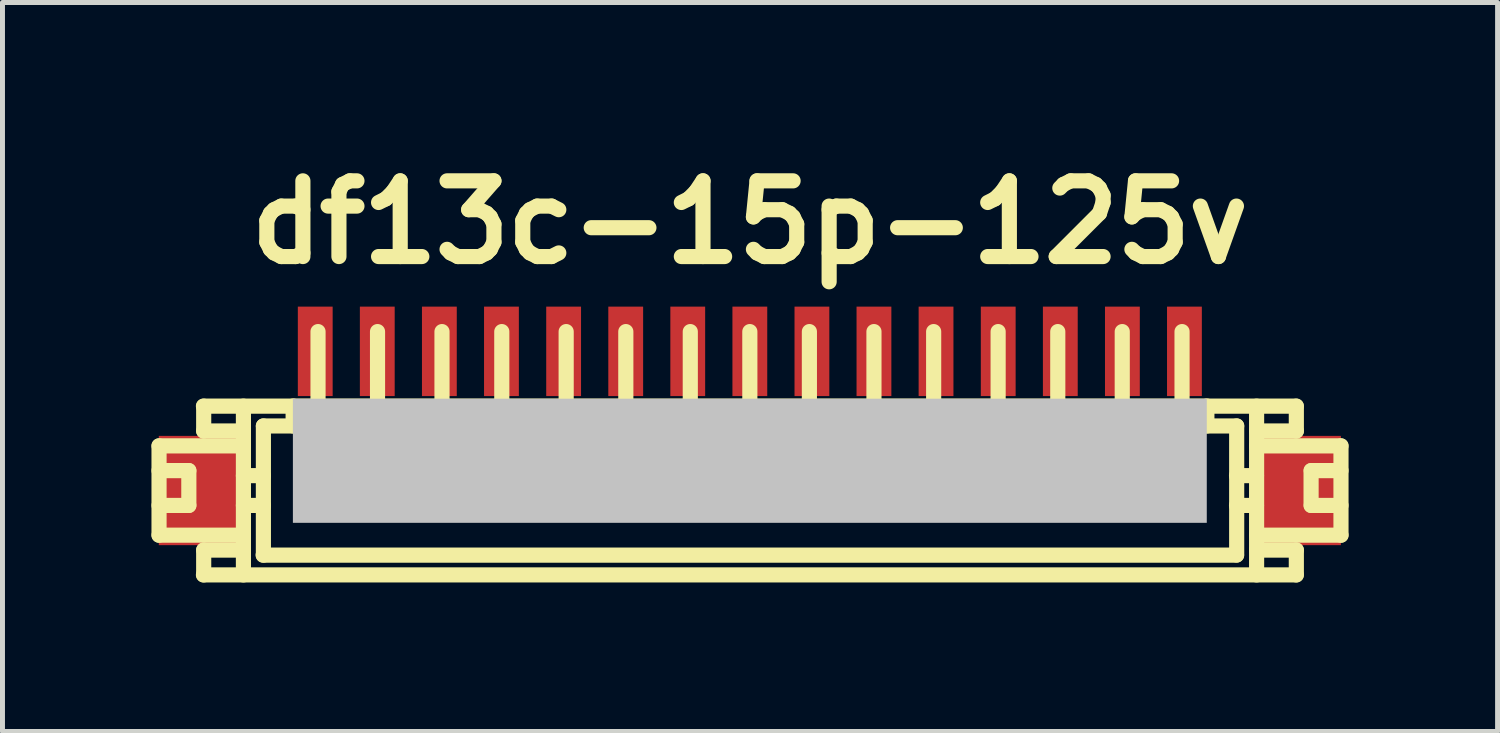
<source format=kicad_pcb>
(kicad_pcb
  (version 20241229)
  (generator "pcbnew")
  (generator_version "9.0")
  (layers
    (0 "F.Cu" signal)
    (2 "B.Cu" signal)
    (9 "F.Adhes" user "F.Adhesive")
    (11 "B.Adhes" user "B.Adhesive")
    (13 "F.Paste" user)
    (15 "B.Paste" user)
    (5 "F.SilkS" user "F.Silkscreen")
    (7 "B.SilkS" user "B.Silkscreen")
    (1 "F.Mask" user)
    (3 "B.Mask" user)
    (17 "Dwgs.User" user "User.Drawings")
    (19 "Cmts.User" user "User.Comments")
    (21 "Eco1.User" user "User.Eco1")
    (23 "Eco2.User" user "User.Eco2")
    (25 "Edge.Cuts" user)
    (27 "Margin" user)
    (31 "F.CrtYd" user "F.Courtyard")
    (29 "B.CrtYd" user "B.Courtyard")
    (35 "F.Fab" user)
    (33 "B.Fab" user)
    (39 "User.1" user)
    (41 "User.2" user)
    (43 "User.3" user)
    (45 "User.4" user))
  (footprint "df13c-15p-125v"
    (layer "F.Cu")
    (at 12.047 6.026)
    (property "Reference" "df13c-15p-125v" (at 0 -4.6 0) (layer "F.SilkS") (effects (font (size 1.524 1.524) (thickness 0.305))))
    (attr through_hole)
    (fp_line (start -11.895 -0.099) (end -10.196 -0.099) (stroke (width 0.305) (type solid)) (layer "F.SilkS"))
    (fp_line (start -11.895 0.399) (end -11.295 0.399) (stroke (width 0.305) (type solid)) (layer "F.SilkS"))
    (fp_line (start -11.895 1.699) (end -11.895 -0.099) (stroke (width 0.305) (type solid)) (layer "F.SilkS"))
    (fp_line (start -11.895 1.699) (end -10.196 1.699) (stroke (width 0.305) (type solid)) (layer "F.SilkS"))
    (fp_line (start -11.295 0.399) (end -11.295 1.1) (stroke (width 0.305) (type solid)) (layer "F.SilkS"))
    (fp_line (start -11.295 1.1) (end -11.895 1.1) (stroke (width 0.305) (type solid)) (layer "F.SilkS"))
    (fp_line (start -10.996 -0.399) (end -10.996 -0.899) (stroke (width 0.305) (type solid)) (layer "F.SilkS"))
    (fp_line (start -10.996 2.499) (end -10.996 1.999) (stroke (width 0.305) (type solid)) (layer "F.SilkS"))
    (fp_line (start -10.196 -0.899) (end -10.196 2.499) (stroke (width 0.305) (type solid)) (layer "F.SilkS"))
    (fp_line (start -10.196 -0.399) (end -10.996 -0.399) (stroke (width 0.305) (type solid)) (layer "F.SilkS"))
    (fp_line (start -10.196 0.5) (end -9.794 0.5) (stroke (width 0.305) (type solid)) (layer "F.SilkS"))
    (fp_line (start -10.196 1.1) (end -9.794 1.1) (stroke (width 0.305) (type solid)) (layer "F.SilkS"))
    (fp_line (start -10.196 1.999) (end -10.996 1.999) (stroke (width 0.305) (type solid)) (layer "F.SilkS"))
    (fp_line (start -9.799 2.101) (end 9.799 2.101) (stroke (width 0.305) (type solid)) (layer "F.SilkS"))
    (fp_line (start -9.794 -0.5) (end -9.195 -0.5) (stroke (width 0.305) (type solid)) (layer "F.SilkS"))
    (fp_line (start -9.794 2.101) (end -9.794 -0.5) (stroke (width 0.305) (type solid)) (layer "F.SilkS"))
    (fp_line (start -9.195 -0.902) (end -9.195 -0.5) (stroke (width 0.305) (type solid)) (layer "F.SilkS"))
    (fp_line (start -8.796 0.998) (end -8.796 1.199) (stroke (width 0.305) (type solid)) (layer "F.SilkS"))
    (fp_line (start -8.796 1.199) (end -8.595 1.199) (stroke (width 0.305) (type solid)) (layer "F.SilkS"))
    (fp_line (start -8.694 -0.902) (end -8.694 -2.4) (stroke (width 0.305) (type solid)) (layer "F.SilkS"))
    (fp_line (start -8.595 0.998) (end -8.796 0.998) (stroke (width 0.305) (type solid)) (layer "F.SilkS"))
    (fp_line (start -8.595 1.199) (end -8.595 0.998) (stroke (width 0.305) (type solid)) (layer "F.SilkS"))
    (fp_line (start -7.6 1.001) (end -7.402 1.001) (stroke (width 0.305) (type solid)) (layer "F.SilkS"))
    (fp_line (start -7.6 1.199) (end -7.6 1.001) (stroke (width 0.305) (type solid)) (layer "F.SilkS"))
    (fp_line (start -7.496 -0.899) (end -7.496 -2.4) (stroke (width 0.305) (type solid)) (layer "F.SilkS"))
    (fp_line (start -7.402 1.001) (end -7.402 1.199) (stroke (width 0.305) (type solid)) (layer "F.SilkS"))
    (fp_line (start -7.402 1.199) (end -7.6 1.199) (stroke (width 0.305) (type solid)) (layer "F.SilkS"))
    (fp_line (start -6.297 1.001) (end -6.099 1.001) (stroke (width 0.305) (type solid)) (layer "F.SilkS"))
    (fp_line (start -6.297 1.199) (end -6.297 1.001) (stroke (width 0.305) (type solid)) (layer "F.SilkS"))
    (fp_line (start -6.198 -2.4) (end -6.198 -0.899) (stroke (width 0.305) (type solid)) (layer "F.SilkS"))
    (fp_line (start -6.099 1.001) (end -6.099 1.199) (stroke (width 0.305) (type solid)) (layer "F.SilkS"))
    (fp_line (start -6.099 1.199) (end -6.297 1.199) (stroke (width 0.305) (type solid)) (layer "F.SilkS"))
    (fp_line (start -5.098 1.001) (end -4.9 1.001) (stroke (width 0.305) (type solid)) (layer "F.SilkS"))
    (fp_line (start -5.098 1.199) (end -5.098 1.001) (stroke (width 0.305) (type solid)) (layer "F.SilkS"))
    (fp_line (start -4.994 -0.899) (end -4.994 -2.4) (stroke (width 0.305) (type solid)) (layer "F.SilkS"))
    (fp_line (start -4.9 1.001) (end -4.9 1.199) (stroke (width 0.305) (type solid)) (layer "F.SilkS"))
    (fp_line (start -4.9 1.199) (end -5.098 1.199) (stroke (width 0.305) (type solid)) (layer "F.SilkS"))
    (fp_line (start -3.797 1.001) (end -3.599 1.001) (stroke (width 0.305) (type solid)) (layer "F.SilkS"))
    (fp_line (start -3.797 1.199) (end -3.797 1.001) (stroke (width 0.305) (type solid)) (layer "F.SilkS"))
    (fp_line (start -3.698 -0.899) (end -3.698 -2.4) (stroke (width 0.305) (type solid)) (layer "F.SilkS"))
    (fp_line (start -3.599 1.001) (end -3.599 1.199) (stroke (width 0.305) (type solid)) (layer "F.SilkS"))
    (fp_line (start -3.599 1.199) (end -3.797 1.199) (stroke (width 0.305) (type solid)) (layer "F.SilkS"))
    (fp_line (start -2.598 1.001) (end -2.4 1.001) (stroke (width 0.305) (type solid)) (layer "F.SilkS"))
    (fp_line (start -2.598 1.199) (end -2.598 1.001) (stroke (width 0.305) (type solid)) (layer "F.SilkS"))
    (fp_line (start -2.497 -2.4) (end -2.497 -0.899) (stroke (width 0.305) (type solid)) (layer "F.SilkS"))
    (fp_line (start -2.4 1.001) (end -2.4 1.199) (stroke (width 0.305) (type solid)) (layer "F.SilkS"))
    (fp_line (start -2.4 1.199) (end -2.598 1.199) (stroke (width 0.305) (type solid)) (layer "F.SilkS"))
    (fp_line (start -1.3 1.001) (end -1.1 1.001) (stroke (width 0.305) (type solid)) (layer "F.SilkS"))
    (fp_line (start -1.3 1.199) (end -1.3 1.001) (stroke (width 0.305) (type solid)) (layer "F.SilkS"))
    (fp_line (start -1.199 -0.899) (end -1.199 -2.4) (stroke (width 0.305) (type solid)) (layer "F.SilkS"))
    (fp_line (start -1.1 1.001) (end -1.1 1.199) (stroke (width 0.305) (type solid)) (layer "F.SilkS"))
    (fp_line (start -1.1 1.199) (end -1.3 1.199) (stroke (width 0.305) (type solid)) (layer "F.SilkS"))
    (fp_line (start -0.099 1.001) (end 0.099 1.001) (stroke (width 0.305) (type solid)) (layer "F.SilkS"))
    (fp_line (start -0.099 1.199) (end -0.099 1.001) (stroke (width 0.305) (type solid)) (layer "F.SilkS"))
    (fp_line (start 0 -0.899) (end 0 -2.4) (stroke (width 0.305) (type solid)) (layer "F.SilkS"))
    (fp_line (start 0.099 1.001) (end 0.099 1.199) (stroke (width 0.305) (type solid)) (layer "F.SilkS"))
    (fp_line (start 0.099 1.199) (end -0.099 1.199) (stroke (width 0.305) (type solid)) (layer "F.SilkS"))
    (fp_line (start 1.1 1.001) (end 1.3 1.001) (stroke (width 0.305) (type solid)) (layer "F.SilkS"))
    (fp_line (start 1.1 1.199) (end 1.1 1.001) (stroke (width 0.305) (type solid)) (layer "F.SilkS"))
    (fp_line (start 1.199 -2.4) (end 1.199 -0.899) (stroke (width 0.305) (type solid)) (layer "F.SilkS"))
    (fp_line (start 1.3 1.001) (end 1.3 1.199) (stroke (width 0.305) (type solid)) (layer "F.SilkS"))
    (fp_line (start 1.3 1.199) (end 1.1 1.199) (stroke (width 0.305) (type solid)) (layer "F.SilkS"))
    (fp_line (start 2.4 1.001) (end 2.601 1.001) (stroke (width 0.305) (type solid)) (layer "F.SilkS"))
    (fp_line (start 2.4 1.199) (end 2.4 1.001) (stroke (width 0.305) (type solid)) (layer "F.SilkS"))
    (fp_line (start 2.499 -0.899) (end 2.499 -2.4) (stroke (width 0.305) (type solid)) (layer "F.SilkS"))
    (fp_line (start 2.601 1.001) (end 2.601 1.199) (stroke (width 0.305) (type solid)) (layer "F.SilkS"))
    (fp_line (start 2.601 1.199) (end 2.4 1.199) (stroke (width 0.305) (type solid)) (layer "F.SilkS"))
    (fp_line (start 3.604 1.001) (end 3.802 1.001) (stroke (width 0.305) (type solid)) (layer "F.SilkS"))
    (fp_line (start 3.604 1.199) (end 3.604 1.001) (stroke (width 0.305) (type solid)) (layer "F.SilkS"))
    (fp_line (start 3.701 -2.4) (end 3.701 -0.899) (stroke (width 0.305) (type solid)) (layer "F.SilkS"))
    (fp_line (start 3.802 1.001) (end 3.802 1.199) (stroke (width 0.305) (type solid)) (layer "F.SilkS"))
    (fp_line (start 3.802 1.199) (end 3.604 1.199) (stroke (width 0.305) (type solid)) (layer "F.SilkS"))
    (fp_line (start 4.902 1.001) (end 5.103 1.001) (stroke (width 0.305) (type solid)) (layer "F.SilkS"))
    (fp_line (start 4.902 1.199) (end 4.902 1.001) (stroke (width 0.305) (type solid)) (layer "F.SilkS"))
    (fp_line (start 4.999 -2.4) (end 4.999 -0.899) (stroke (width 0.305) (type solid)) (layer "F.SilkS"))
    (fp_line (start 5.103 1.001) (end 5.103 1.199) (stroke (width 0.305) (type solid)) (layer "F.SilkS"))
    (fp_line (start 5.103 1.199) (end 4.902 1.199) (stroke (width 0.305) (type solid)) (layer "F.SilkS"))
    (fp_line (start 6.099 1.001) (end 6.297 1.001) (stroke (width 0.305) (type solid)) (layer "F.SilkS"))
    (fp_line (start 6.099 1.199) (end 6.099 1.001) (stroke (width 0.305) (type solid)) (layer "F.SilkS"))
    (fp_line (start 6.2 -0.899) (end 6.2 -2.4) (stroke (width 0.305) (type solid)) (layer "F.SilkS"))
    (fp_line (start 6.297 1.001) (end 6.297 1.199) (stroke (width 0.305) (type solid)) (layer "F.SilkS"))
    (fp_line (start 6.297 1.199) (end 6.099 1.199) (stroke (width 0.305) (type solid)) (layer "F.SilkS"))
    (fp_line (start 7.399 0.998) (end 7.6 0.998) (stroke (width 0.305) (type solid)) (layer "F.SilkS"))
    (fp_line (start 7.399 1.199) (end 7.399 0.998) (stroke (width 0.305) (type solid)) (layer "F.SilkS"))
    (fp_line (start 7.498 -0.899) (end 7.498 -2.4) (stroke (width 0.305) (type solid)) (layer "F.SilkS"))
    (fp_line (start 7.6 0.998) (end 7.6 1.199) (stroke (width 0.305) (type solid)) (layer "F.SilkS"))
    (fp_line (start 7.6 1.199) (end 7.399 1.199) (stroke (width 0.305) (type solid)) (layer "F.SilkS"))
    (fp_line (start 8.603 1.001) (end 8.804 1.001) (stroke (width 0.305) (type solid)) (layer "F.SilkS"))
    (fp_line (start 8.603 1.199) (end 8.603 1.001) (stroke (width 0.305) (type solid)) (layer "F.SilkS"))
    (fp_line (start 8.702 -0.902) (end 8.702 -2.4) (stroke (width 0.305) (type solid)) (layer "F.SilkS"))
    (fp_line (start 8.804 1.001) (end 8.804 1.199) (stroke (width 0.305) (type solid)) (layer "F.SilkS"))
    (fp_line (start 8.804 1.199) (end 8.603 1.199) (stroke (width 0.305) (type solid)) (layer "F.SilkS"))
    (fp_line (start 9.202 -0.5) (end 9.202 -0.902) (stroke (width 0.305) (type solid)) (layer "F.SilkS"))
    (fp_line (start 9.799 1.1) (end 10.201 1.1) (stroke (width 0.305) (type solid)) (layer "F.SilkS"))
    (fp_line (start 9.802 -0.5) (end 9.202 -0.5) (stroke (width 0.305) (type solid)) (layer "F.SilkS"))
    (fp_line (start 9.802 2.098) (end 9.802 -0.5) (stroke (width 0.305) (type solid)) (layer "F.SilkS"))
    (fp_line (start 10.201 0.5) (end 9.799 0.5) (stroke (width 0.305) (type solid)) (layer "F.SilkS"))
    (fp_line (start 10.203 -0.899) (end 10.203 2.499) (stroke (width 0.305) (type solid)) (layer "F.SilkS"))
    (fp_line (start 11.001 -0.899) (end -11.001 -0.899) (stroke (width 0.305) (type solid)) (layer "F.SilkS"))
    (fp_line (start 11.001 2.499) (end -11.001 2.499) (stroke (width 0.305) (type solid)) (layer "F.SilkS"))
    (fp_line (start 11.003 -0.399) (end 10.203 -0.399) (stroke (width 0.305) (type solid)) (layer "F.SilkS"))
    (fp_line (start 11.003 -0.399) (end 11.003 -0.899) (stroke (width 0.305) (type solid)) (layer "F.SilkS"))
    (fp_line (start 11.003 1.999) (end 10.203 1.999) (stroke (width 0.305) (type solid)) (layer "F.SilkS"))
    (fp_line (start 11.003 2.499) (end 11.003 1.999) (stroke (width 0.305) (type solid)) (layer "F.SilkS"))
    (fp_line (start 11.3 0.399) (end 11.3 1.1) (stroke (width 0.305) (type solid)) (layer "F.SilkS"))
    (fp_line (start 11.303 0.399) (end 11.902 0.399) (stroke (width 0.305) (type solid)) (layer "F.SilkS"))
    (fp_line (start 11.303 1.1) (end 11.902 1.1) (stroke (width 0.305) (type solid)) (layer "F.SilkS"))
    (fp_line (start 11.902 -0.099) (end 10.203 -0.099) (stroke (width 0.305) (type solid)) (layer "F.SilkS"))
    (fp_line (start 11.902 -0.099) (end 11.902 1.699) (stroke (width 0.305) (type solid)) (layer "F.SilkS"))
    (fp_line (start 11.902 1.699) (end 10.203 1.699) (stroke (width 0.305) (type solid)) (layer "F.SilkS"))
    (pad "" smd rect (at -11.1 0.8) (size 1.6 2.2) (layers "F.Cu" "F.Mask" "F.Paste"))
    (pad "" smd rect (at 0 0.201) (size 18.4 2.499) (layers "Dwgs.User"))
    (pad "" smd rect (at 11.1 0.8) (size 1.6 2.2) (layers "F.Cu" "F.Mask" "F.Paste"))
    (pad "1" smd rect (at -8.75 -2.002) (size 0.701 1.801) (layers "F.Cu" "F.Mask" "F.Paste"))
    (pad "2" smd rect (at -7.501 -2.002) (size 0.701 1.801) (layers "F.Cu" "F.Mask" "F.Paste"))
    (pad "3" smd rect (at -6.251 -2.002) (size 0.701 1.801) (layers "F.Cu" "F.Mask" "F.Paste"))
    (pad "4" smd rect (at -5.001 -2.002) (size 0.701 1.801) (layers "F.Cu" "F.Mask" "F.Paste"))
    (pad "5" smd rect (at -3.749 -2.002) (size 0.701 1.801) (layers "F.Cu" "F.Mask" "F.Paste"))
    (pad "6" smd rect (at -2.499 -2.002) (size 0.701 1.801) (layers "F.Cu" "F.Mask" "F.Paste"))
    (pad "7" smd rect (at -1.25 -2.002) (size 0.701 1.801) (layers "F.Cu" "F.Mask" "F.Paste"))
    (pad "8" smd rect (at 0 -2.002) (size 0.701 1.801) (layers "F.Cu" "F.Mask" "F.Paste"))
    (pad "9" smd rect (at 1.25 -2.002) (size 0.701 1.801) (layers "F.Cu" "F.Mask" "F.Paste"))
    (pad "10" smd rect (at 2.499 -2.002) (size 0.701 1.801) (layers "F.Cu" "F.Mask" "F.Paste"))
    (pad "11" smd rect (at 3.749 -2.002) (size 0.701 1.801) (layers "F.Cu" "F.Mask" "F.Paste"))
    (pad "12" smd rect (at 5.001 -2.002) (size 0.701 1.801) (layers "F.Cu" "F.Mask" "F.Paste"))
    (pad "13" smd rect (at 6.251 -2.002) (size 0.701 1.801) (layers "F.Cu" "F.Mask" "F.Paste"))
    (pad "14" smd rect (at 7.501 -2.002) (size 0.701 1.801) (layers "F.Cu" "F.Mask" "F.Paste"))
    (pad "15" smd rect (at 8.75 -2.002) (size 0.701 1.801) (layers "F.Cu" "F.Mask" "F.Paste")))
  (gr_rect
    (start -3 -3)
    (end 27.102 11.678)
    (stroke (width 0.1) (type default))
    (fill no)
    (layer "Edge.Cuts")))
</source>
